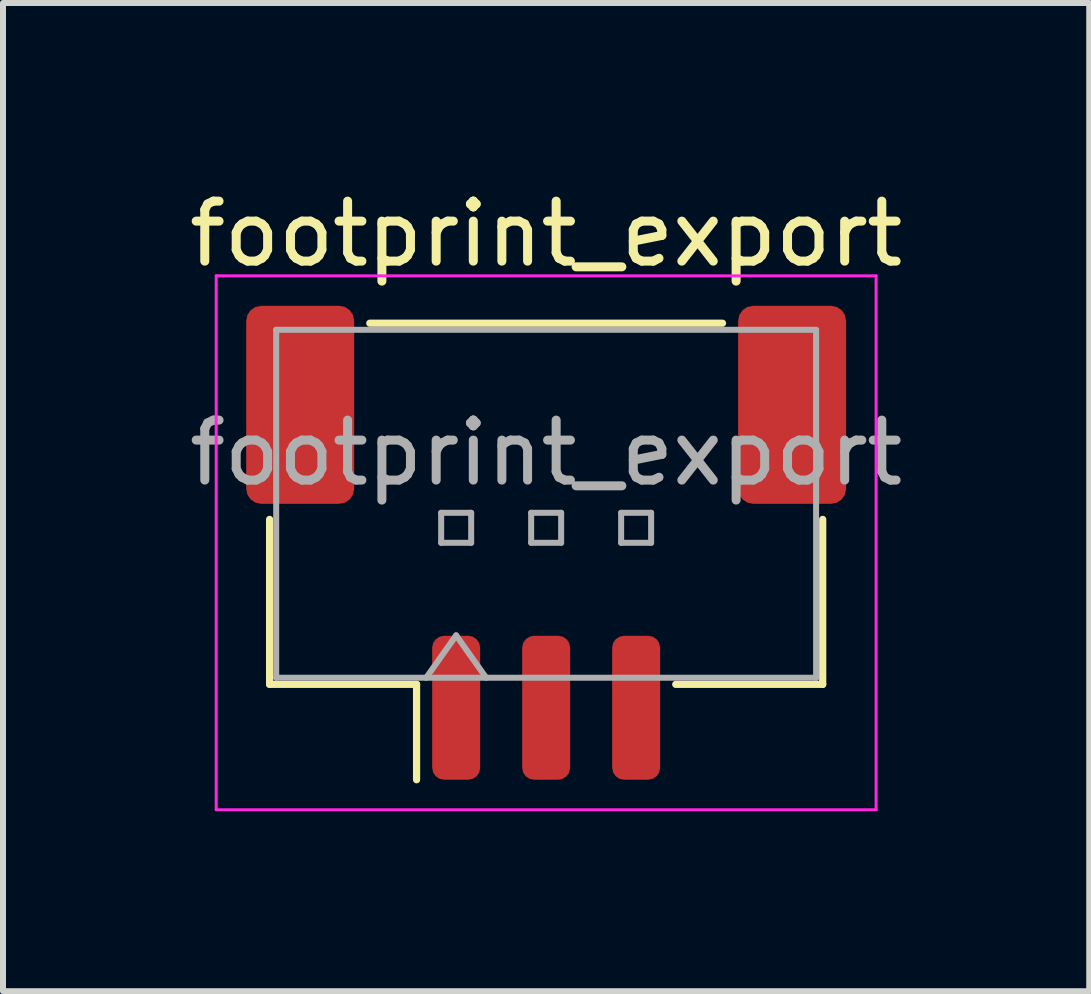
<source format=kicad_pcb>
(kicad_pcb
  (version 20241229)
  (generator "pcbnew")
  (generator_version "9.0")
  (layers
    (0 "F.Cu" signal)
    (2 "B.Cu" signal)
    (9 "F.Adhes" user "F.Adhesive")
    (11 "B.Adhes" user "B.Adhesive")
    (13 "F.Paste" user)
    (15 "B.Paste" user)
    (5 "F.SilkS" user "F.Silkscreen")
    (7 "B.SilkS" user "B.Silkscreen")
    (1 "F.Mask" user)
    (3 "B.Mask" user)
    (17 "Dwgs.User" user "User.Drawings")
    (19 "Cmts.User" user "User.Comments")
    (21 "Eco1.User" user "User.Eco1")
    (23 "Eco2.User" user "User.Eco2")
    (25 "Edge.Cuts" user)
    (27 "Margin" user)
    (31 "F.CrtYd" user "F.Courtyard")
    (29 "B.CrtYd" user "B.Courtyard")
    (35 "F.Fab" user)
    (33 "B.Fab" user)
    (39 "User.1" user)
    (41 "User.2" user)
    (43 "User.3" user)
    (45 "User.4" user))
  (footprint "footprint_export"
    (layer "F.Cu")
    (at 6.054 5.998)
    (property "Reference" "footprint_export" (at 0 -5.15 0) (layer "F.SilkS") (effects (font (size 1 1) (thickness 0.15))))
    (attr smd)
    (fp_line (start -4.61 -0.39) (end -4.61 2.36) (stroke (width 0.12) (type solid)) (layer "F.SilkS"))
    (fp_line (start -4.61 2.36) (end -2.16 2.36) (stroke (width 0.12) (type solid)) (layer "F.SilkS"))
    (fp_line (start -2.94 -3.66) (end 2.94 -3.66) (stroke (width 0.12) (type solid)) (layer "F.SilkS"))
    (fp_line (start -2.16 2.36) (end -2.16 3.95) (stroke (width 0.12) (type solid)) (layer "F.SilkS"))
    (fp_line (start 4.61 -0.39) (end 4.61 2.36) (stroke (width 0.12) (type solid)) (layer "F.SilkS"))
    (fp_line (start 4.61 2.36) (end 2.16 2.36) (stroke (width 0.12) (type solid)) (layer "F.SilkS"))
    (fp_line (start -5.5 -4.45) (end -5.5 4.45) (stroke (width 0.05) (type solid)) (layer "F.CrtYd"))
    (fp_line (start -5.5 4.45) (end 5.5 4.45) (stroke (width 0.05) (type solid)) (layer "F.CrtYd"))
    (fp_line (start 5.5 -4.45) (end -5.5 -4.45) (stroke (width 0.05) (type solid)) (layer "F.CrtYd"))
    (fp_line (start 5.5 4.45) (end 5.5 -4.45) (stroke (width 0.05) (type solid)) (layer "F.CrtYd"))
    (fp_line (start -4.5 -3.55) (end 4.5 -3.55) (stroke (width 0.1) (type solid)) (layer "F.Fab"))
    (fp_line (start -4.5 2.25) (end -4.5 -3.55) (stroke (width 0.1) (type solid)) (layer "F.Fab"))
    (fp_line (start -4.5 2.25) (end 4.5 2.25) (stroke (width 0.1) (type solid)) (layer "F.Fab"))
    (fp_line (start -2 2.25) (end -1.5 1.543) (stroke (width 0.1) (type solid)) (layer "F.Fab"))
    (fp_line (start -1.75 -0.5) (end -1.75 0) (stroke (width 0.1) (type solid)) (layer "F.Fab"))
    (fp_line (start -1.75 0) (end -1.25 0) (stroke (width 0.1) (type solid)) (layer "F.Fab"))
    (fp_line (start -1.5 1.543) (end -1 2.25) (stroke (width 0.1) (type solid)) (layer "F.Fab"))
    (fp_line (start -1.25 -0.5) (end -1.75 -0.5) (stroke (width 0.1) (type solid)) (layer "F.Fab"))
    (fp_line (start -1.25 0) (end -1.25 -0.5) (stroke (width 0.1) (type solid)) (layer "F.Fab"))
    (fp_line (start -0.25 -0.5) (end -0.25 0) (stroke (width 0.1) (type solid)) (layer "F.Fab"))
    (fp_line (start -0.25 0) (end 0.25 0) (stroke (width 0.1) (type solid)) (layer "F.Fab"))
    (fp_line (start 0.25 -0.5) (end -0.25 -0.5) (stroke (width 0.1) (type solid)) (layer "F.Fab"))
    (fp_line (start 0.25 0) (end 0.25 -0.5) (stroke (width 0.1) (type solid)) (layer "F.Fab"))
    (fp_line (start 1.25 -0.5) (end 1.25 0) (stroke (width 0.1) (type solid)) (layer "F.Fab"))
    (fp_line (start 1.25 0) (end 1.75 0) (stroke (width 0.1) (type solid)) (layer "F.Fab"))
    (fp_line (start 1.75 -0.5) (end 1.25 -0.5) (stroke (width 0.1) (type solid)) (layer "F.Fab"))
    (fp_line (start 1.75 0) (end 1.75 -0.5) (stroke (width 0.1) (type solid)) (layer "F.Fab"))
    (fp_line (start 4.5 2.25) (end 4.5 -3.55) (stroke (width 0.1) (type solid)) (layer "F.Fab"))
    (fp_text user "${REFERENCE}" (at 0 -1.5 0) (layer "F.Fab") (effects (font (size 1 1) (thickness 0.15))))
    (pad "1" smd roundrect (at -1.5 2.75) (size 0.8 2.4) (layers "F.Cu" "F.Mask" "F.Paste") (roundrect_rratio 0.25))
    (pad "2" smd roundrect (at 0 2.75) (size 0.8 2.4) (layers "F.Cu" "F.Mask" "F.Paste") (roundrect_rratio 0.25))
    (pad "3" smd roundrect (at 1.5 2.75) (size 0.8 2.4) (layers "F.Cu" "F.Mask" "F.Paste") (roundrect_rratio 0.25))
    (pad "MP" smd roundrect (at -4.1 -2.3) (size 1.8 3.3) (layers "F.Cu" "F.Mask" "F.Paste") (roundrect_rratio 0.139))
    (pad "MP" smd roundrect (at 4.1 -2.3) (size 1.8 3.3) (layers "F.Cu" "F.Mask" "F.Paste") (roundrect_rratio 0.139)))
  (gr_rect
    (start -3 -3)
    (end 15.107 13.473)
    (stroke (width 0.1) (type default))
    (fill no)
    (layer "Edge.Cuts")))
</source>
